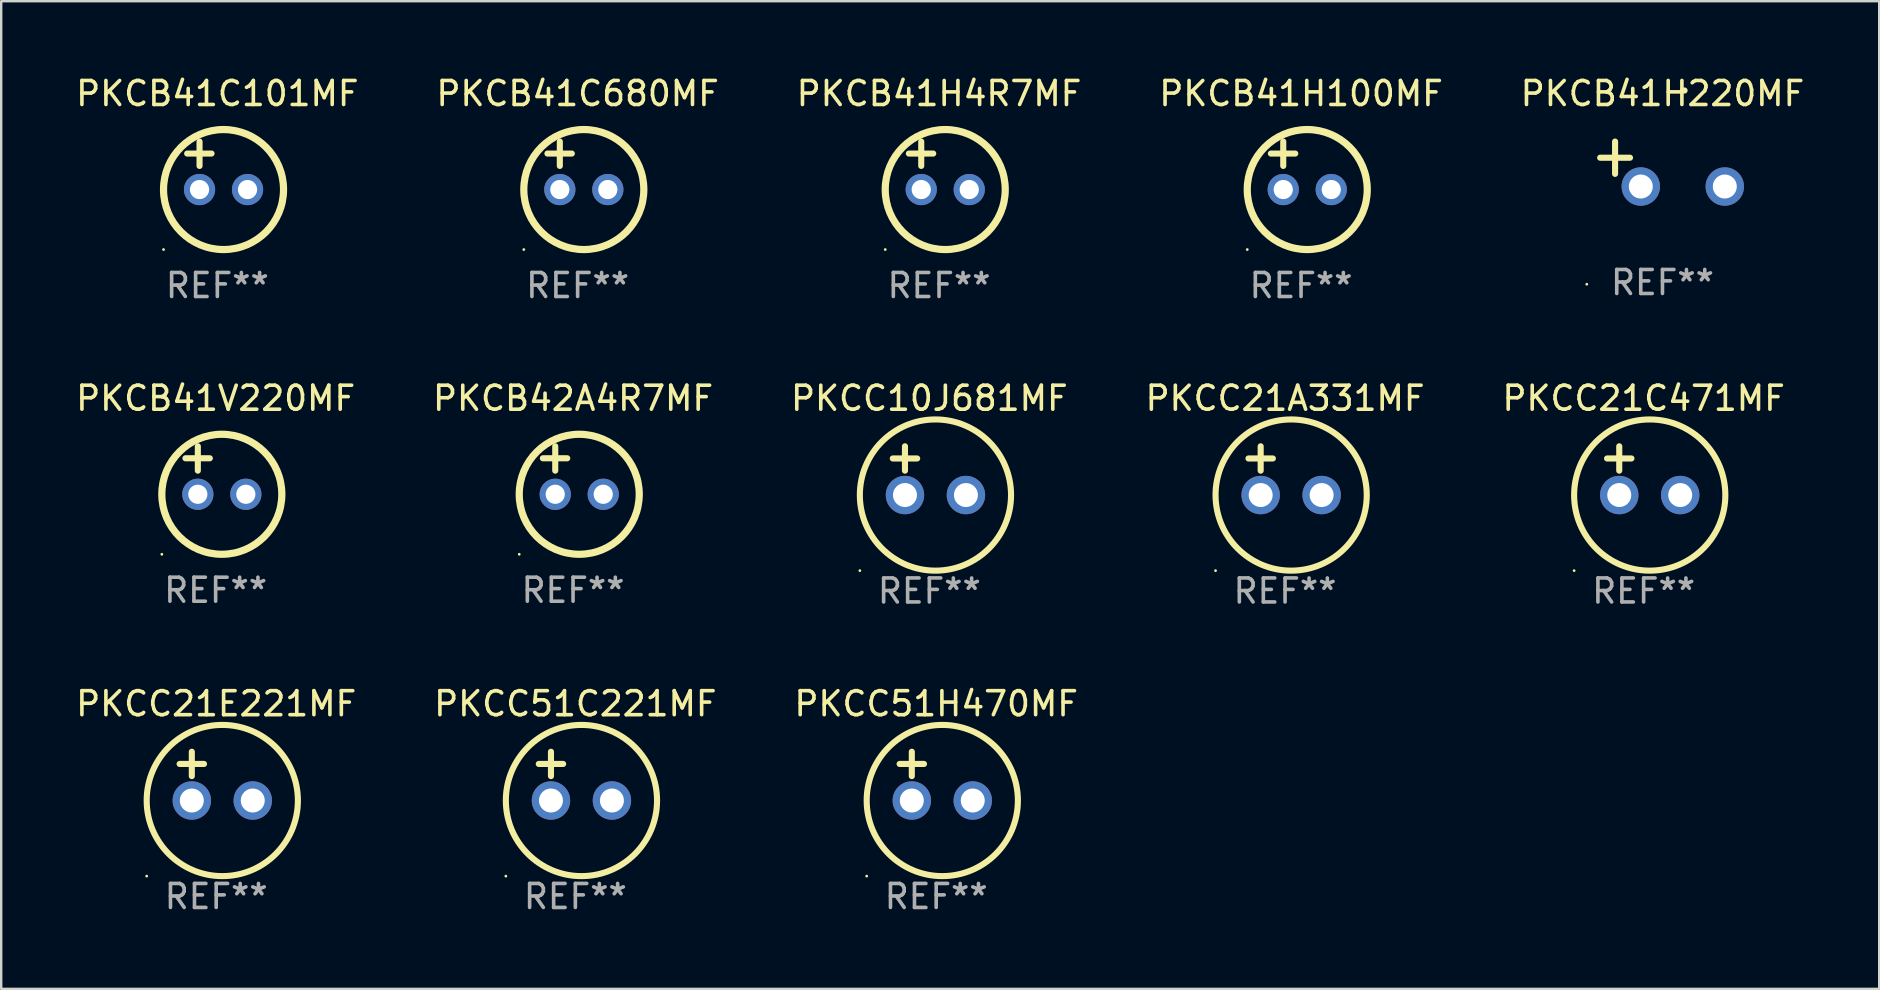
<source format=kicad_pcb>
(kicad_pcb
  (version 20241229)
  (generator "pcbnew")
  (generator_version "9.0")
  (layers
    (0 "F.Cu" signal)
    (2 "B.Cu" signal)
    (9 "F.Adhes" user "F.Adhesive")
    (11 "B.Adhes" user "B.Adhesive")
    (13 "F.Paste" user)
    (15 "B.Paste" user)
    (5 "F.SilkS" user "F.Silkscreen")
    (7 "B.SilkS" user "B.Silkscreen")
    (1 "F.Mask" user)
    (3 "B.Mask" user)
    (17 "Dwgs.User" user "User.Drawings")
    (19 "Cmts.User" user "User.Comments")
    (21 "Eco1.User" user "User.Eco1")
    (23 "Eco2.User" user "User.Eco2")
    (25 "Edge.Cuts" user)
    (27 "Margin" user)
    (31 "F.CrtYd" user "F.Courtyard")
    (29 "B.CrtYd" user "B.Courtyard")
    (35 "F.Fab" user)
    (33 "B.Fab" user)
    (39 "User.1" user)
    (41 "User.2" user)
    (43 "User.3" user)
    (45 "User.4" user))
  (footprint "PKCB41H4R7MF"
    (layer "F.Cu")
    (at 36.077 3.848)
    (property "Reference" "PKCB41H4R7MF" (at 0 -3 0) (layer "F.SilkS") (effects (font (size 1 1) (thickness 0.15))))
    (attr through_hole)
    (fp_line (start -1.258 -0.5) (end -0.242 -0.5) (stroke (width 0.254) (type solid)) (layer "F.SilkS"))
    (fp_line (start -0.742 -1) (end -0.742 0.016) (stroke (width 0.254) (type solid)) (layer "F.SilkS"))
    (fp_circle (center -2.242 3.5) (end -2.212 3.5) (stroke (width 0.06) (type solid)) (fill no) (layer "F.SilkS"))
    (fp_circle (center 0.258 1) (end 2.758 1) (stroke (width 0.3) (type solid)) (fill no) (layer "F.SilkS"))
    (fp_text user "REF**" (at 0 5 0) (layer "F.Fab") (effects (font (size 1 1) (thickness 0.15))))
    (pad "1" thru_hole circle (at -0.742 1) (size 1.3 1.3) (drill 0.8) (layers "*.Cu" "*.Mask"))
    (pad "2" thru_hole circle (at 1.258 1) (size 1.3 1.3) (drill 0.8) (layers "*.Cu" "*.Mask")))
  (footprint "PKCB42A4R7MF"
    (layer "F.Cu")
    (at 20.827 16.545)
    (property "Reference" "PKCB42A4R7MF" (at 0 -3 0) (layer "F.SilkS") (effects (font (size 1 1) (thickness 0.15))))
    (attr through_hole)
    (fp_line (start -1.258 -0.5) (end -0.242 -0.5) (stroke (width 0.254) (type solid)) (layer "F.SilkS"))
    (fp_line (start -0.742 -1) (end -0.742 0.016) (stroke (width 0.254) (type solid)) (layer "F.SilkS"))
    (fp_circle (center -2.242 3.5) (end -2.212 3.5) (stroke (width 0.06) (type solid)) (fill no) (layer "F.SilkS"))
    (fp_circle (center 0.258 1) (end 2.758 1) (stroke (width 0.3) (type solid)) (fill no) (layer "F.SilkS"))
    (fp_text user "REF**" (at 0 5 0) (layer "F.Fab") (effects (font (size 1 1) (thickness 0.15))))
    (pad "1" thru_hole circle (at -0.742 1) (size 1.3 1.3) (drill 0.8) (layers "*.Cu" "*.Mask"))
    (pad "2" thru_hole circle (at 1.258 1) (size 1.3 1.3) (drill 0.8) (layers "*.Cu" "*.Mask")))
  (footprint "PKCC21E221MF"
    (layer "F.Cu")
    (at 5.958 29.289)
    (property "Reference" "PKCC21E221MF" (at 0 -3.016 0) (layer "F.SilkS") (effects (font (size 1 1) (thickness 0.15))))
    (attr through_hole)
    (fp_line (start -1.524 -0.508) (end -0.508 -0.508) (stroke (width 0.254) (type solid)) (layer "F.SilkS"))
    (fp_line (start -1.016 -1.016) (end -1.016 0) (stroke (width 0.254) (type solid)) (layer "F.SilkS"))
    (fp_circle (center -2.896 4.166) (end -2.866 4.166) (stroke (width 0.06) (type solid)) (fill no) (layer "F.SilkS"))
    (fp_circle (center 0.254 1.016) (end 3.404 1.016) (stroke (width 0.254) (type solid)) (fill no) (layer "F.SilkS"))
    (fp_text user "REF**" (at 0 5.016 0) (layer "F.Fab") (effects (font (size 1 1) (thickness 0.15))))
    (pad "1" thru_hole circle (at -1.016 1.016) (size 1.6 1.6) (drill 1) (layers "*.Cu" "*.Mask"))
    (pad "2" thru_hole circle (at 1.524 1.016) (size 1.6 1.6) (drill 1) (layers "*.Cu" "*.Mask")))
  (footprint "PKCB41C680MF"
    (layer "F.Cu")
    (at 21.018 3.848)
    (property "Reference" "PKCB41C680MF" (at 0 -3 0) (layer "F.SilkS") (effects (font (size 1 1) (thickness 0.15))))
    (attr through_hole)
    (fp_line (start -1.258 -0.5) (end -0.242 -0.5) (stroke (width 0.254) (type solid)) (layer "F.SilkS"))
    (fp_line (start -0.742 -1) (end -0.742 0.016) (stroke (width 0.254) (type solid)) (layer "F.SilkS"))
    (fp_circle (center -2.242 3.5) (end -2.212 3.5) (stroke (width 0.06) (type solid)) (fill no) (layer "F.SilkS"))
    (fp_circle (center 0.258 1) (end 2.758 1) (stroke (width 0.3) (type solid)) (fill no) (layer "F.SilkS"))
    (fp_text user "REF**" (at 0 5 0) (layer "F.Fab") (effects (font (size 1 1) (thickness 0.15))))
    (pad "1" thru_hole circle (at -0.742 1) (size 1.3 1.3) (drill 0.8) (layers "*.Cu" "*.Mask"))
    (pad "2" thru_hole circle (at 1.258 1) (size 1.3 1.3) (drill 0.8) (layers "*.Cu" "*.Mask")))
  (footprint "PKCB41C101MF"
    (layer "F.Cu")
    (at 6.006 3.848)
    (property "Reference" "PKCB41C101MF" (at 0 -3 0) (layer "F.SilkS") (effects (font (size 1 1) (thickness 0.15))))
    (attr through_hole)
    (fp_line (start -1.258 -0.5) (end -0.242 -0.5) (stroke (width 0.254) (type solid)) (layer "F.SilkS"))
    (fp_line (start -0.742 -1) (end -0.742 0.016) (stroke (width 0.254) (type solid)) (layer "F.SilkS"))
    (fp_circle (center -2.242 3.5) (end -2.212 3.5) (stroke (width 0.06) (type solid)) (fill no) (layer "F.SilkS"))
    (fp_circle (center 0.258 1) (end 2.758 1) (stroke (width 0.3) (type solid)) (fill no) (layer "F.SilkS"))
    (fp_text user "REF**" (at 0 5 0) (layer "F.Fab") (effects (font (size 1 1) (thickness 0.15))))
    (pad "1" thru_hole circle (at -0.742 1) (size 1.3 1.3) (drill 0.8) (layers "*.Cu" "*.Mask"))
    (pad "2" thru_hole circle (at 1.258 1) (size 1.3 1.3) (drill 0.8) (layers "*.Cu" "*.Mask")))
  (footprint "PKCC10J681MF"
    (layer "F.Cu")
    (at 35.673 16.561)
    (property "Reference" "PKCC10J681MF" (at 0 -3.016 0) (layer "F.SilkS") (effects (font (size 1 1) (thickness 0.15))))
    (attr through_hole)
    (fp_line (start -1.524 -0.508) (end -0.508 -0.508) (stroke (width 0.254) (type solid)) (layer "F.SilkS"))
    (fp_line (start -1.016 -1.016) (end -1.016 0) (stroke (width 0.254) (type solid)) (layer "F.SilkS"))
    (fp_circle (center -2.896 4.166) (end -2.866 4.166) (stroke (width 0.06) (type solid)) (fill no) (layer "F.SilkS"))
    (fp_circle (center 0.254 1.016) (end 3.404 1.016) (stroke (width 0.254) (type solid)) (fill no) (layer "F.SilkS"))
    (fp_text user "REF**" (at 0 5.016 0) (layer "F.Fab") (effects (font (size 1 1) (thickness 0.15))))
    (pad "1" thru_hole circle (at -1.016 1.016) (size 1.6 1.6) (drill 1) (layers "*.Cu" "*.Mask"))
    (pad "2" thru_hole circle (at 1.524 1.016) (size 1.6 1.6) (drill 1) (layers "*.Cu" "*.Mask")))
  (footprint "PKCB41V220MF"
    (layer "F.Cu")
    (at 5.935 16.545)
    (property "Reference" "PKCB41V220MF" (at 0 -3 0) (layer "F.SilkS") (effects (font (size 1 1) (thickness 0.15))))
    (attr through_hole)
    (fp_line (start -1.258 -0.5) (end -0.242 -0.5) (stroke (width 0.254) (type solid)) (layer "F.SilkS"))
    (fp_line (start -0.742 -1) (end -0.742 0.016) (stroke (width 0.254) (type solid)) (layer "F.SilkS"))
    (fp_circle (center -2.242 3.5) (end -2.212 3.5) (stroke (width 0.06) (type solid)) (fill no) (layer "F.SilkS"))
    (fp_circle (center 0.258 1) (end 2.758 1) (stroke (width 0.3) (type solid)) (fill no) (layer "F.SilkS"))
    (fp_text user "REF**" (at 0 5 0) (layer "F.Fab") (effects (font (size 1 1) (thickness 0.15))))
    (pad "1" thru_hole circle (at -0.742 1) (size 1.3 1.3) (drill 0.8) (layers "*.Cu" "*.Mask"))
    (pad "2" thru_hole circle (at 1.258 1) (size 1.3 1.3) (drill 0.8) (layers "*.Cu" "*.Mask")))
  (footprint "PKCB41H100MF"
    (layer "F.Cu")
    (at 51.161 3.848)
    (property "Reference" "PKCB41H100MF" (at 0 -3 0) (layer "F.SilkS") (effects (font (size 1 1) (thickness 0.15))))
    (attr through_hole)
    (fp_line (start -1.258 -0.5) (end -0.242 -0.5) (stroke (width 0.254) (type solid)) (layer "F.SilkS"))
    (fp_line (start -0.742 -1) (end -0.742 0.016) (stroke (width 0.254) (type solid)) (layer "F.SilkS"))
    (fp_circle (center -2.242 3.5) (end -2.212 3.5) (stroke (width 0.06) (type solid)) (fill no) (layer "F.SilkS"))
    (fp_circle (center 0.258 1) (end 2.758 1) (stroke (width 0.3) (type solid)) (fill no) (layer "F.SilkS"))
    (fp_text user "REF**" (at 0 5 0) (layer "F.Fab") (effects (font (size 1 1) (thickness 0.15))))
    (pad "1" thru_hole circle (at -0.742 1) (size 1.3 1.3) (drill 0.8) (layers "*.Cu" "*.Mask"))
    (pad "2" thru_hole circle (at 1.258 1) (size 1.3 1.3) (drill 0.8) (layers "*.Cu" "*.Mask")))
  (footprint "PKCC21C471MF"
    (layer "F.Cu")
    (at 65.435 16.561)
    (property "Reference" "PKCC21C471MF" (at 0 -3.016 0) (layer "F.SilkS") (effects (font (size 1 1) (thickness 0.15))))
    (attr through_hole)
    (fp_line (start -1.524 -0.508) (end -0.508 -0.508) (stroke (width 0.254) (type solid)) (layer "F.SilkS"))
    (fp_line (start -1.016 -1.016) (end -1.016 0) (stroke (width 0.254) (type solid)) (layer "F.SilkS"))
    (fp_circle (center -2.896 4.166) (end -2.866 4.166) (stroke (width 0.06) (type solid)) (fill no) (layer "F.SilkS"))
    (fp_circle (center 0.254 1.016) (end 3.404 1.016) (stroke (width 0.254) (type solid)) (fill no) (layer "F.SilkS"))
    (fp_text user "REF**" (at 0 5.016 0) (layer "F.Fab") (effects (font (size 1 1) (thickness 0.15))))
    (pad "1" thru_hole circle (at -1.016 1.016) (size 1.6 1.6) (drill 1) (layers "*.Cu" "*.Mask"))
    (pad "2" thru_hole circle (at 1.524 1.016) (size 1.6 1.6) (drill 1) (layers "*.Cu" "*.Mask")))
  (footprint "PKCC21A331MF"
    (layer "F.Cu")
    (at 50.494 16.561)
    (property "Reference" "PKCC21A331MF" (at 0 -3.016 0) (layer "F.SilkS") (effects (font (size 1 1) (thickness 0.15))))
    (attr through_hole)
    (fp_line (start -1.524 -0.508) (end -0.508 -0.508) (stroke (width 0.254) (type solid)) (layer "F.SilkS"))
    (fp_line (start -1.016 -1.016) (end -1.016 0) (stroke (width 0.254) (type solid)) (layer "F.SilkS"))
    (fp_circle (center -2.896 4.166) (end -2.866 4.166) (stroke (width 0.06) (type solid)) (fill no) (layer "F.SilkS"))
    (fp_circle (center 0.254 1.016) (end 3.404 1.016) (stroke (width 0.254) (type solid)) (fill no) (layer "F.SilkS"))
    (fp_text user "REF**" (at 0 5.016 0) (layer "F.Fab") (effects (font (size 1 1) (thickness 0.15))))
    (pad "1" thru_hole circle (at -1.016 1.016) (size 1.6 1.6) (drill 1) (layers "*.Cu" "*.Mask"))
    (pad "2" thru_hole circle (at 1.524 1.016) (size 1.6 1.6) (drill 1) (layers "*.Cu" "*.Mask")))
  (footprint "PKCC51H470MF"
    (layer "F.Cu")
    (at 35.958 29.289)
    (property "Reference" "PKCC51H470MF" (at 0 -3.016 0) (layer "F.SilkS") (effects (font (size 1 1) (thickness 0.15))))
    (attr through_hole)
    (fp_line (start -1.524 -0.508) (end -0.508 -0.508) (stroke (width 0.254) (type solid)) (layer "F.SilkS"))
    (fp_line (start -1.016 -1.016) (end -1.016 0) (stroke (width 0.254) (type solid)) (layer "F.SilkS"))
    (fp_circle (center -2.896 4.166) (end -2.866 4.166) (stroke (width 0.06) (type solid)) (fill no) (layer "F.SilkS"))
    (fp_circle (center 0.254 1.016) (end 3.404 1.016) (stroke (width 0.254) (type solid)) (fill no) (layer "F.SilkS"))
    (fp_text user "REF**" (at 0 5.016 0) (layer "F.Fab") (effects (font (size 1 1) (thickness 0.15))))
    (pad "1" thru_hole circle (at -1.016 1.016) (size 1.6 1.6) (drill 1) (layers "*.Cu" "*.Mask"))
    (pad "2" thru_hole circle (at 1.524 1.016) (size 1.6 1.6) (drill 1) (layers "*.Cu" "*.Mask")))
  (footprint "PKCB41H220MF"
    (layer "F.Cu")
    (at 66.22 3.785)
    (property "Reference" "PKCB41H220MF" (at 0 -2.937 0) (layer "F.SilkS") (effects (font (size 1 1) (thickness 0.15))))
    (attr through_hole)
    (fp_line (start -1.975 0.41) (end -1.975 -0.937) (stroke (width 0.254) (type solid)) (layer "F.SilkS"))
    (fp_line (start -1.353 -0.263) (end -2.597 -0.263) (stroke (width 0.254) (type solid)) (layer "F.SilkS"))
    (fp_arc (start 0.849809 -3.063957) (mid 0.885369 -3.064114) (end 0.920929 -3.063957) (stroke (width 0.254001) (type solid)) (layer "F.SilkS"))
    (fp_circle (center -3.154 5.008) (end -3.124 5.008) (stroke (width 0.06) (type solid)) (fill no) (layer "F.SilkS"))
    (fp_text user "REF**" (at 0 4.937 0) (layer "F.Fab") (effects (font (size 1 1) (thickness 0.15))))
    (pad "1" thru_hole circle (at -0.903 0.937) (size 1.6 1.6) (drill 1) (layers "*.Cu" "*.Mask"))
    (pad "2" thru_hole circle (at 2.597 0.937) (size 1.6 1.6) (drill 1) (layers "*.Cu" "*.Mask")))
  (footprint "PKCC51C221MF"
    (layer "F.Cu")
    (at 20.923 29.289)
    (property "Reference" "PKCC51C221MF" (at 0 -3.016 0) (layer "F.SilkS") (effects (font (size 1 1) (thickness 0.15))))
    (attr through_hole)
    (fp_line (start -1.524 -0.508) (end -0.508 -0.508) (stroke (width 0.254) (type solid)) (layer "F.SilkS"))
    (fp_line (start -1.016 -1.016) (end -1.016 0) (stroke (width 0.254) (type solid)) (layer "F.SilkS"))
    (fp_circle (center -2.896 4.166) (end -2.866 4.166) (stroke (width 0.06) (type solid)) (fill no) (layer "F.SilkS"))
    (fp_circle (center 0.254 1.016) (end 3.404 1.016) (stroke (width 0.254) (type solid)) (fill no) (layer "F.SilkS"))
    (fp_text user "REF**" (at 0 5.016 0) (layer "F.Fab") (effects (font (size 1 1) (thickness 0.15))))
    (pad "1" thru_hole circle (at -1.016 1.016) (size 1.6 1.6) (drill 1) (layers "*.Cu" "*.Mask"))
    (pad "2" thru_hole circle (at 1.524 1.016) (size 1.6 1.6) (drill 1) (layers "*.Cu" "*.Mask")))
  (gr_rect
    (start -3 -3)
    (end 75.25 38.154)
    (stroke (width 0.1) (type default))
    (fill no)
    (layer "Edge.Cuts")))
</source>
